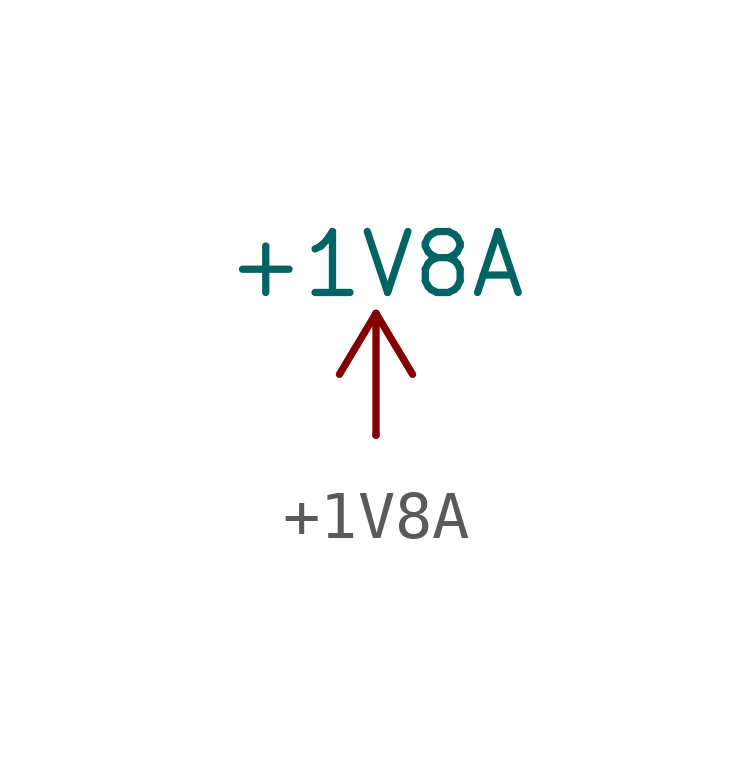
<source format=kicad_sym>
(kicad_symbol_lib
  (version 20231120)
  (generator "kicad_symbol_editor")
  (generator_version "8.0")
  (symbol "+1V8A"
    (power)
    (pin_numbers hide)
    (pin_names
      (offset 0) hide)
    (property "Reference" "#PWR"
      (at 0 -3.81 0)
      (effects (font (size 1.27 1.27)) (hide yes)))
    (property "Value" "+1V8A"
      (at 0 3.556 0)
      (effects (font (size 1.27 1.27))))
    (symbol "+1V8A_0_1"
      (polyline (pts (xy -0.762 1.27) (xy 0 2.54)) (stroke (width 0) (type default)) (fill (type none)))
      (polyline (pts (xy 0 0) (xy 0 2.54)) (stroke (width 0) (type default)) (fill (type none)))
      (polyline (pts (xy 0 2.54) (xy 0.762 1.27)) (stroke (width 0) (type default)) (fill (type none))))
    (symbol "+1V8A_1_1"
      (pin power_in line (at 0 0 90) (length 0) (name "~" (effects (font (size 1.27 1.27)))) (number "1" (effects (font (size 1.27 1.27))))))))
</source>
